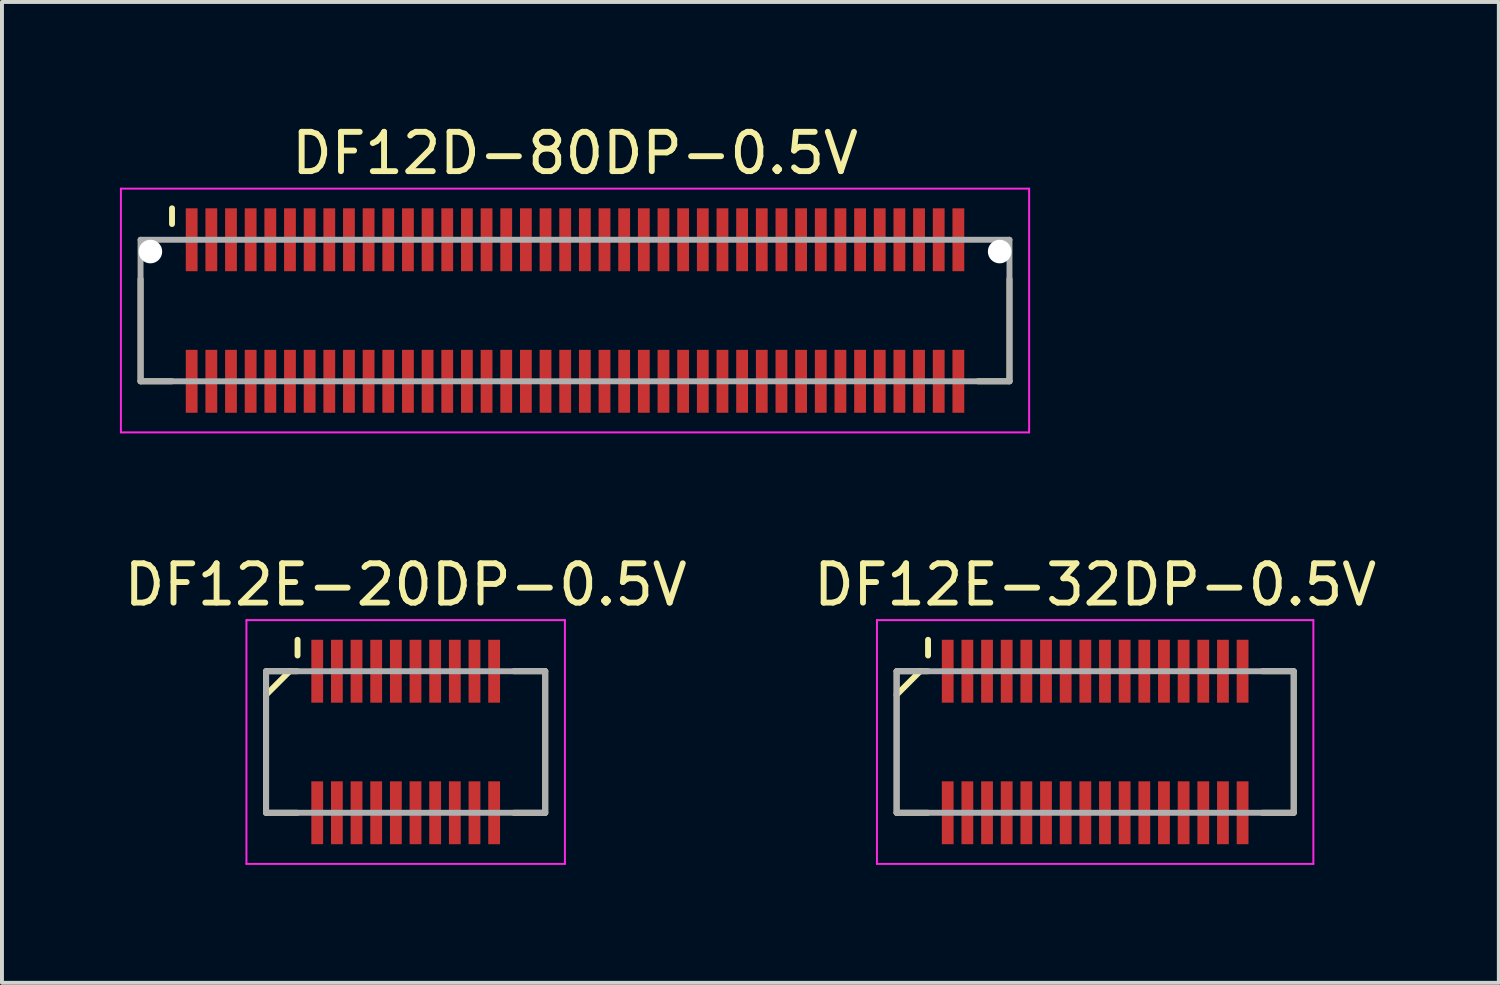
<source format=kicad_pcb>
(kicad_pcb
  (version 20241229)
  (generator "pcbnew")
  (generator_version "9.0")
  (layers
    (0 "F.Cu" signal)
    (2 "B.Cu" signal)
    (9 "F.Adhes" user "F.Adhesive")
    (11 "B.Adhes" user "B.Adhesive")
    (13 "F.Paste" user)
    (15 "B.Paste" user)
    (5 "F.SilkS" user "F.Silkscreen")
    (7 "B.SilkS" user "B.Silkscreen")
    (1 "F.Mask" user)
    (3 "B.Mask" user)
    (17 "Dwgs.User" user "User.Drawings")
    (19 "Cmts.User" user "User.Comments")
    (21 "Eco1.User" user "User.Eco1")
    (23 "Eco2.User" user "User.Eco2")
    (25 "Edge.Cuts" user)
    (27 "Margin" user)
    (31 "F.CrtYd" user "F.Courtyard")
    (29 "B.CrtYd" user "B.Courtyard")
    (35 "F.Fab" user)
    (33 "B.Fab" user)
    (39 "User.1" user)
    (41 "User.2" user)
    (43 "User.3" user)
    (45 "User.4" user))
  (footprint "DF12E-32DP-0.5V"
    (layer "F.Cu")
    (at 24.804 15.822)
    (property "Reference" "DF12E-32DP-0.5V" (at 0 -4 0) (layer "F.SilkS") (effects (font (size 1 1) (thickness 0.15))))
    (attr smd)
    (fp_line (start -5.05 -1.8) (end -5.05 1.8) (stroke (width 0.15) (type solid)) (layer "F.SilkS"))
    (fp_line (start -5.05 -1.8) (end -4.25 -1.8) (stroke (width 0.15) (type solid)) (layer "F.SilkS"))
    (fp_line (start -5.05 1.8) (end -4.25 1.8) (stroke (width 0.15) (type solid)) (layer "F.SilkS"))
    (fp_line (start -4.45 -1.8) (end -5.05 -1.2) (stroke (width 0.15) (type solid)) (layer "F.SilkS"))
    (fp_line (start -4.25 -2.6) (end -4.25 -2.2) (stroke (width 0.15) (type solid)) (layer "F.SilkS"))
    (fp_line (start 4.25 -1.8) (end 5.05 -1.8) (stroke (width 0.15) (type solid)) (layer "F.SilkS"))
    (fp_line (start 4.25 1.8) (end 5.05 1.8) (stroke (width 0.15) (type solid)) (layer "F.SilkS"))
    (fp_line (start 5.05 -1.8) (end 5.05 1.8) (stroke (width 0.15) (type solid)) (layer "F.SilkS"))
    (fp_line (start -5.55 -3.1) (end -5.55 3.1) (stroke (width 0.05) (type solid)) (layer "F.CrtYd"))
    (fp_line (start -5.55 -3.1) (end 5.55 -3.1) (stroke (width 0.05) (type solid)) (layer "F.CrtYd"))
    (fp_line (start -5.55 3.1) (end 5.55 3.1) (stroke (width 0.05) (type solid)) (layer "F.CrtYd"))
    (fp_line (start 5.55 -3.1) (end 5.55 3.1) (stroke (width 0.05) (type solid)) (layer "F.CrtYd"))
    (fp_line (start -5.05 -1.8) (end -5.05 1.8) (stroke (width 0.15) (type solid)) (layer "F.Fab"))
    (fp_line (start -5.05 -1.8) (end 5.05 -1.8) (stroke (width 0.15) (type solid)) (layer "F.Fab"))
    (fp_line (start -5.05 1.8) (end 5.05 1.8) (stroke (width 0.15) (type solid)) (layer "F.Fab"))
    (fp_line (start 5.05 -1.8) (end 5.05 1.8) (stroke (width 0.15) (type solid)) (layer "F.Fab"))
    (pad "1" smd rect (at -3.75 -1.8) (size 0.3 1.6) (layers "F.Cu" "F.Mask" "F.Paste"))
    (pad "2" smd rect (at -3.75 1.8) (size 0.3 1.6) (layers "F.Cu" "F.Mask" "F.Paste"))
    (pad "3" smd rect (at -3.25 -1.8) (size 0.3 1.6) (layers "F.Cu" "F.Mask" "F.Paste"))
    (pad "4" smd rect (at -3.25 1.8) (size 0.3 1.6) (layers "F.Cu" "F.Mask" "F.Paste"))
    (pad "5" smd rect (at -2.75 -1.8) (size 0.3 1.6) (layers "F.Cu" "F.Mask" "F.Paste"))
    (pad "6" smd rect (at -2.75 1.8) (size 0.3 1.6) (layers "F.Cu" "F.Mask" "F.Paste"))
    (pad "7" smd rect (at -2.25 -1.8) (size 0.3 1.6) (layers "F.Cu" "F.Mask" "F.Paste"))
    (pad "8" smd rect (at -2.25 1.8) (size 0.3 1.6) (layers "F.Cu" "F.Mask" "F.Paste"))
    (pad "9" smd rect (at -1.75 -1.8) (size 0.3 1.6) (layers "F.Cu" "F.Mask" "F.Paste"))
    (pad "10" smd rect (at -1.75 1.8) (size 0.3 1.6) (layers "F.Cu" "F.Mask" "F.Paste"))
    (pad "11" smd rect (at -1.25 -1.8) (size 0.3 1.6) (layers "F.Cu" "F.Mask" "F.Paste"))
    (pad "12" smd rect (at -1.25 1.8) (size 0.3 1.6) (layers "F.Cu" "F.Mask" "F.Paste"))
    (pad "13" smd rect (at -0.75 -1.8) (size 0.3 1.6) (layers "F.Cu" "F.Mask" "F.Paste"))
    (pad "14" smd rect (at -0.75 1.8) (size 0.3 1.6) (layers "F.Cu" "F.Mask" "F.Paste"))
    (pad "15" smd rect (at -0.25 -1.8) (size 0.3 1.6) (layers "F.Cu" "F.Mask" "F.Paste"))
    (pad "16" smd rect (at -0.25 1.8) (size 0.3 1.6) (layers "F.Cu" "F.Mask" "F.Paste"))
    (pad "17" smd rect (at 0.25 -1.8) (size 0.3 1.6) (layers "F.Cu" "F.Mask" "F.Paste"))
    (pad "18" smd rect (at 0.25 1.8) (size 0.3 1.6) (layers "F.Cu" "F.Mask" "F.Paste"))
    (pad "19" smd rect (at 0.75 -1.8) (size 0.3 1.6) (layers "F.Cu" "F.Mask" "F.Paste"))
    (pad "20" smd rect (at 0.75 1.8) (size 0.3 1.6) (layers "F.Cu" "F.Mask" "F.Paste"))
    (pad "21" smd rect (at 1.25 -1.8) (size 0.3 1.6) (layers "F.Cu" "F.Mask" "F.Paste"))
    (pad "22" smd rect (at 1.25 1.8) (size 0.3 1.6) (layers "F.Cu" "F.Mask" "F.Paste"))
    (pad "23" smd rect (at 1.75 -1.8) (size 0.3 1.6) (layers "F.Cu" "F.Mask" "F.Paste"))
    (pad "24" smd rect (at 1.75 1.8) (size 0.3 1.6) (layers "F.Cu" "F.Mask" "F.Paste"))
    (pad "25" smd rect (at 2.25 -1.8) (size 0.3 1.6) (layers "F.Cu" "F.Mask" "F.Paste"))
    (pad "26" smd rect (at 2.25 1.8) (size 0.3 1.6) (layers "F.Cu" "F.Mask" "F.Paste"))
    (pad "27" smd rect (at 2.75 -1.8) (size 0.3 1.6) (layers "F.Cu" "F.Mask" "F.Paste"))
    (pad "28" smd rect (at 2.75 1.8) (size 0.3 1.6) (layers "F.Cu" "F.Mask" "F.Paste"))
    (pad "29" smd rect (at 3.25 -1.8) (size 0.3 1.6) (layers "F.Cu" "F.Mask" "F.Paste"))
    (pad "30" smd rect (at 3.25 1.8) (size 0.3 1.6) (layers "F.Cu" "F.Mask" "F.Paste"))
    (pad "31" smd rect (at 3.75 -1.8) (size 0.3 1.6) (layers "F.Cu" "F.Mask" "F.Paste"))
    (pad "32" smd rect (at 3.75 1.8) (size 0.3 1.6) (layers "F.Cu" "F.Mask" "F.Paste")))
  (footprint "DF12D-80DP-0.5V"
    (layer "F.Cu")
    (at 11.575 4.848)
    (property "Reference" "DF12D-80DP-0.5V" (at 0 -4 0) (layer "F.SilkS") (effects (font (size 1 1) (thickness 0.15))))
    (attr smd)
    (fp_line (start -11.05 -0.8) (end -11.05 1.8) (stroke (width 0.15) (type solid)) (layer "F.SilkS"))
    (fp_line (start -11.05 1.8) (end -10.25 1.8) (stroke (width 0.15) (type solid)) (layer "F.SilkS"))
    (fp_line (start -10.25 -2.6) (end -10.25 -2.2) (stroke (width 0.15) (type solid)) (layer "F.SilkS"))
    (fp_line (start 10.25 1.8) (end 11.05 1.8) (stroke (width 0.15) (type solid)) (layer "F.SilkS"))
    (fp_line (start 11.05 -0.8) (end 11.05 1.8) (stroke (width 0.15) (type solid)) (layer "F.SilkS"))
    (fp_line (start -11.55 -3.1) (end -11.55 3.1) (stroke (width 0.05) (type solid)) (layer "F.CrtYd"))
    (fp_line (start -11.55 -3.1) (end 11.55 -3.1) (stroke (width 0.05) (type solid)) (layer "F.CrtYd"))
    (fp_line (start -11.55 3.1) (end 11.55 3.1) (stroke (width 0.05) (type solid)) (layer "F.CrtYd"))
    (fp_line (start 11.55 -3.1) (end 11.55 3.1) (stroke (width 0.05) (type solid)) (layer "F.CrtYd"))
    (fp_line (start -11.05 -1.8) (end -11.05 1.8) (stroke (width 0.15) (type solid)) (layer "F.Fab"))
    (fp_line (start -11.05 -1.8) (end 11.05 -1.8) (stroke (width 0.15) (type solid)) (layer "F.Fab"))
    (fp_line (start -11.05 1.8) (end 11.05 1.8) (stroke (width 0.15) (type solid)) (layer "F.Fab"))
    (fp_line (start 11.05 -1.8) (end 11.05 1.8) (stroke (width 0.15) (type solid)) (layer "F.Fab"))
    (pad "" np_thru_hole circle (at -10.8 -1.5) (size 0.6 0.6) (drill 0.6) (layers "*.Cu" "*.Mask"))
    (pad "" np_thru_hole circle (at 10.8 -1.5) (size 0.6 0.6) (drill 0.6) (layers "*.Cu" "*.Mask"))
    (pad "1" smd rect (at -9.75 -1.8) (size 0.3 1.6) (layers "F.Cu" "F.Mask" "F.Paste"))
    (pad "2" smd rect (at -9.75 1.8) (size 0.3 1.6) (layers "F.Cu" "F.Mask" "F.Paste"))
    (pad "3" smd rect (at -9.25 -1.8) (size 0.3 1.6) (layers "F.Cu" "F.Mask" "F.Paste"))
    (pad "4" smd rect (at -9.25 1.8) (size 0.3 1.6) (layers "F.Cu" "F.Mask" "F.Paste"))
    (pad "5" smd rect (at -8.75 -1.8) (size 0.3 1.6) (layers "F.Cu" "F.Mask" "F.Paste"))
    (pad "6" smd rect (at -8.75 1.8) (size 0.3 1.6) (layers "F.Cu" "F.Mask" "F.Paste"))
    (pad "7" smd rect (at -8.25 -1.8) (size 0.3 1.6) (layers "F.Cu" "F.Mask" "F.Paste"))
    (pad "8" smd rect (at -8.25 1.8) (size 0.3 1.6) (layers "F.Cu" "F.Mask" "F.Paste"))
    (pad "9" smd rect (at -7.75 -1.8) (size 0.3 1.6) (layers "F.Cu" "F.Mask" "F.Paste"))
    (pad "10" smd rect (at -7.75 1.8) (size 0.3 1.6) (layers "F.Cu" "F.Mask" "F.Paste"))
    (pad "11" smd rect (at -7.25 -1.8) (size 0.3 1.6) (layers "F.Cu" "F.Mask" "F.Paste"))
    (pad "12" smd rect (at -7.25 1.8) (size 0.3 1.6) (layers "F.Cu" "F.Mask" "F.Paste"))
    (pad "13" smd rect (at -6.75 -1.8) (size 0.3 1.6) (layers "F.Cu" "F.Mask" "F.Paste"))
    (pad "14" smd rect (at -6.75 1.8) (size 0.3 1.6) (layers "F.Cu" "F.Mask" "F.Paste"))
    (pad "15" smd rect (at -6.25 -1.8) (size 0.3 1.6) (layers "F.Cu" "F.Mask" "F.Paste"))
    (pad "16" smd rect (at -6.25 1.8) (size 0.3 1.6) (layers "F.Cu" "F.Mask" "F.Paste"))
    (pad "17" smd rect (at -5.75 -1.8) (size 0.3 1.6) (layers "F.Cu" "F.Mask" "F.Paste"))
    (pad "18" smd rect (at -5.75 1.8) (size 0.3 1.6) (layers "F.Cu" "F.Mask" "F.Paste"))
    (pad "19" smd rect (at -5.25 -1.8) (size 0.3 1.6) (layers "F.Cu" "F.Mask" "F.Paste"))
    (pad "20" smd rect (at -5.25 1.8) (size 0.3 1.6) (layers "F.Cu" "F.Mask" "F.Paste"))
    (pad "21" smd rect (at -4.75 -1.8) (size 0.3 1.6) (layers "F.Cu" "F.Mask" "F.Paste"))
    (pad "22" smd rect (at -4.75 1.8) (size 0.3 1.6) (layers "F.Cu" "F.Mask" "F.Paste"))
    (pad "23" smd rect (at -4.25 -1.8) (size 0.3 1.6) (layers "F.Cu" "F.Mask" "F.Paste"))
    (pad "24" smd rect (at -4.25 1.8) (size 0.3 1.6) (layers "F.Cu" "F.Mask" "F.Paste"))
    (pad "25" smd rect (at -3.75 -1.8) (size 0.3 1.6) (layers "F.Cu" "F.Mask" "F.Paste"))
    (pad "26" smd rect (at -3.75 1.8) (size 0.3 1.6) (layers "F.Cu" "F.Mask" "F.Paste"))
    (pad "27" smd rect (at -3.25 -1.8) (size 0.3 1.6) (layers "F.Cu" "F.Mask" "F.Paste"))
    (pad "28" smd rect (at -3.25 1.8) (size 0.3 1.6) (layers "F.Cu" "F.Mask" "F.Paste"))
    (pad "29" smd rect (at -2.75 -1.8) (size 0.3 1.6) (layers "F.Cu" "F.Mask" "F.Paste"))
    (pad "30" smd rect (at -2.75 1.8) (size 0.3 1.6) (layers "F.Cu" "F.Mask" "F.Paste"))
    (pad "31" smd rect (at -2.25 -1.8) (size 0.3 1.6) (layers "F.Cu" "F.Mask" "F.Paste"))
    (pad "32" smd rect (at -2.25 1.8) (size 0.3 1.6) (layers "F.Cu" "F.Mask" "F.Paste"))
    (pad "33" smd rect (at -1.75 -1.8) (size 0.3 1.6) (layers "F.Cu" "F.Mask" "F.Paste"))
    (pad "34" smd rect (at -1.75 1.8) (size 0.3 1.6) (layers "F.Cu" "F.Mask" "F.Paste"))
    (pad "35" smd rect (at -1.25 -1.8) (size 0.3 1.6) (layers "F.Cu" "F.Mask" "F.Paste"))
    (pad "36" smd rect (at -1.25 1.8) (size 0.3 1.6) (layers "F.Cu" "F.Mask" "F.Paste"))
    (pad "37" smd rect (at -0.75 -1.8) (size 0.3 1.6) (layers "F.Cu" "F.Mask" "F.Paste"))
    (pad "38" smd rect (at -0.75 1.8) (size 0.3 1.6) (layers "F.Cu" "F.Mask" "F.Paste"))
    (pad "39" smd rect (at -0.25 -1.8) (size 0.3 1.6) (layers "F.Cu" "F.Mask" "F.Paste"))
    (pad "40" smd rect (at -0.25 1.8) (size 0.3 1.6) (layers "F.Cu" "F.Mask" "F.Paste"))
    (pad "41" smd rect (at 0.25 -1.8) (size 0.3 1.6) (layers "F.Cu" "F.Mask" "F.Paste"))
    (pad "42" smd rect (at 0.25 1.8) (size 0.3 1.6) (layers "F.Cu" "F.Mask" "F.Paste"))
    (pad "43" smd rect (at 0.75 -1.8) (size 0.3 1.6) (layers "F.Cu" "F.Mask" "F.Paste"))
    (pad "44" smd rect (at 0.75 1.8) (size 0.3 1.6) (layers "F.Cu" "F.Mask" "F.Paste"))
    (pad "45" smd rect (at 1.25 -1.8) (size 0.3 1.6) (layers "F.Cu" "F.Mask" "F.Paste"))
    (pad "46" smd rect (at 1.25 1.8) (size 0.3 1.6) (layers "F.Cu" "F.Mask" "F.Paste"))
    (pad "47" smd rect (at 1.75 -1.8) (size 0.3 1.6) (layers "F.Cu" "F.Mask" "F.Paste"))
    (pad "48" smd rect (at 1.75 1.8) (size 0.3 1.6) (layers "F.Cu" "F.Mask" "F.Paste"))
    (pad "49" smd rect (at 2.25 -1.8) (size 0.3 1.6) (layers "F.Cu" "F.Mask" "F.Paste"))
    (pad "50" smd rect (at 2.25 1.8) (size 0.3 1.6) (layers "F.Cu" "F.Mask" "F.Paste"))
    (pad "51" smd rect (at 2.75 -1.8) (size 0.3 1.6) (layers "F.Cu" "F.Mask" "F.Paste"))
    (pad "52" smd rect (at 2.75 1.8) (size 0.3 1.6) (layers "F.Cu" "F.Mask" "F.Paste"))
    (pad "53" smd rect (at 3.25 -1.8) (size 0.3 1.6) (layers "F.Cu" "F.Mask" "F.Paste"))
    (pad "54" smd rect (at 3.25 1.8) (size 0.3 1.6) (layers "F.Cu" "F.Mask" "F.Paste"))
    (pad "55" smd rect (at 3.75 -1.8) (size 0.3 1.6) (layers "F.Cu" "F.Mask" "F.Paste"))
    (pad "56" smd rect (at 3.75 1.8) (size 0.3 1.6) (layers "F.Cu" "F.Mask" "F.Paste"))
    (pad "57" smd rect (at 4.25 -1.8) (size 0.3 1.6) (layers "F.Cu" "F.Mask" "F.Paste"))
    (pad "58" smd rect (at 4.25 1.8) (size 0.3 1.6) (layers "F.Cu" "F.Mask" "F.Paste"))
    (pad "59" smd rect (at 4.75 -1.8) (size 0.3 1.6) (layers "F.Cu" "F.Mask" "F.Paste"))
    (pad "60" smd rect (at 4.75 1.8) (size 0.3 1.6) (layers "F.Cu" "F.Mask" "F.Paste"))
    (pad "61" smd rect (at 5.25 -1.8) (size 0.3 1.6) (layers "F.Cu" "F.Mask" "F.Paste"))
    (pad "62" smd rect (at 5.25 1.8) (size 0.3 1.6) (layers "F.Cu" "F.Mask" "F.Paste"))
    (pad "63" smd rect (at 5.75 -1.8) (size 0.3 1.6) (layers "F.Cu" "F.Mask" "F.Paste"))
    (pad "64" smd rect (at 5.75 1.8) (size 0.3 1.6) (layers "F.Cu" "F.Mask" "F.Paste"))
    (pad "65" smd rect (at 6.25 -1.8) (size 0.3 1.6) (layers "F.Cu" "F.Mask" "F.Paste"))
    (pad "66" smd rect (at 6.25 1.8) (size 0.3 1.6) (layers "F.Cu" "F.Mask" "F.Paste"))
    (pad "67" smd rect (at 6.75 -1.8) (size 0.3 1.6) (layers "F.Cu" "F.Mask" "F.Paste"))
    (pad "68" smd rect (at 6.75 1.8) (size 0.3 1.6) (layers "F.Cu" "F.Mask" "F.Paste"))
    (pad "69" smd rect (at 7.25 -1.8) (size 0.3 1.6) (layers "F.Cu" "F.Mask" "F.Paste"))
    (pad "70" smd rect (at 7.25 1.8) (size 0.3 1.6) (layers "F.Cu" "F.Mask" "F.Paste"))
    (pad "71" smd rect (at 7.75 -1.8) (size 0.3 1.6) (layers "F.Cu" "F.Mask" "F.Paste"))
    (pad "72" smd rect (at 7.75 1.8) (size 0.3 1.6) (layers "F.Cu" "F.Mask" "F.Paste"))
    (pad "73" smd rect (at 8.25 -1.8) (size 0.3 1.6) (layers "F.Cu" "F.Mask" "F.Paste"))
    (pad "74" smd rect (at 8.25 1.8) (size 0.3 1.6) (layers "F.Cu" "F.Mask" "F.Paste"))
    (pad "75" smd rect (at 8.75 -1.8) (size 0.3 1.6) (layers "F.Cu" "F.Mask" "F.Paste"))
    (pad "76" smd rect (at 8.75 1.8) (size 0.3 1.6) (layers "F.Cu" "F.Mask" "F.Paste"))
    (pad "77" smd rect (at 9.25 -1.8) (size 0.3 1.6) (layers "F.Cu" "F.Mask" "F.Paste"))
    (pad "78" smd rect (at 9.25 1.8) (size 0.3 1.6) (layers "F.Cu" "F.Mask" "F.Paste"))
    (pad "79" smd rect (at 9.75 -1.8) (size 0.3 1.6) (layers "F.Cu" "F.Mask" "F.Paste"))
    (pad "80" smd rect (at 9.75 1.8) (size 0.3 1.6) (layers "F.Cu" "F.Mask" "F.Paste")))
  (footprint "DF12E-20DP-0.5V"
    (layer "F.Cu")
    (at 7.268 15.822)
    (property "Reference" "DF12E-20DP-0.5V" (at 0 -4 0) (layer "F.SilkS") (effects (font (size 1 1) (thickness 0.15))))
    (attr smd)
    (fp_line (start -3.55 -1.8) (end -3.55 1.8) (stroke (width 0.15) (type solid)) (layer "F.SilkS"))
    (fp_line (start -3.55 -1.8) (end -2.75 -1.8) (stroke (width 0.15) (type solid)) (layer "F.SilkS"))
    (fp_line (start -3.55 1.8) (end -2.75 1.8) (stroke (width 0.15) (type solid)) (layer "F.SilkS"))
    (fp_line (start -2.95 -1.8) (end -3.55 -1.2) (stroke (width 0.15) (type solid)) (layer "F.SilkS"))
    (fp_line (start -2.75 -2.6) (end -2.75 -2.2) (stroke (width 0.15) (type solid)) (layer "F.SilkS"))
    (fp_line (start 2.75 -1.8) (end 3.55 -1.8) (stroke (width 0.15) (type solid)) (layer "F.SilkS"))
    (fp_line (start 2.75 1.8) (end 3.55 1.8) (stroke (width 0.15) (type solid)) (layer "F.SilkS"))
    (fp_line (start 3.55 -1.8) (end 3.55 1.8) (stroke (width 0.15) (type solid)) (layer "F.SilkS"))
    (fp_line (start -4.05 -3.1) (end -4.05 3.1) (stroke (width 0.05) (type solid)) (layer "F.CrtYd"))
    (fp_line (start -4.05 -3.1) (end 4.05 -3.1) (stroke (width 0.05) (type solid)) (layer "F.CrtYd"))
    (fp_line (start -4.05 3.1) (end 4.05 3.1) (stroke (width 0.05) (type solid)) (layer "F.CrtYd"))
    (fp_line (start 4.05 -3.1) (end 4.05 3.1) (stroke (width 0.05) (type solid)) (layer "F.CrtYd"))
    (fp_line (start -3.55 -1.8) (end -3.55 1.8) (stroke (width 0.15) (type solid)) (layer "F.Fab"))
    (fp_line (start -3.55 -1.8) (end 3.55 -1.8) (stroke (width 0.15) (type solid)) (layer "F.Fab"))
    (fp_line (start -3.55 1.8) (end 3.55 1.8) (stroke (width 0.15) (type solid)) (layer "F.Fab"))
    (fp_line (start 3.55 -1.8) (end 3.55 1.8) (stroke (width 0.15) (type solid)) (layer "F.Fab"))
    (pad "1" smd rect (at -2.25 -1.8) (size 0.3 1.6) (layers "F.Cu" "F.Mask" "F.Paste"))
    (pad "2" smd rect (at -2.25 1.8) (size 0.3 1.6) (layers "F.Cu" "F.Mask" "F.Paste"))
    (pad "3" smd rect (at -1.75 -1.8) (size 0.3 1.6) (layers "F.Cu" "F.Mask" "F.Paste"))
    (pad "4" smd rect (at -1.75 1.8) (size 0.3 1.6) (layers "F.Cu" "F.Mask" "F.Paste"))
    (pad "5" smd rect (at -1.25 -1.8) (size 0.3 1.6) (layers "F.Cu" "F.Mask" "F.Paste"))
    (pad "6" smd rect (at -1.25 1.8) (size 0.3 1.6) (layers "F.Cu" "F.Mask" "F.Paste"))
    (pad "7" smd rect (at -0.75 -1.8) (size 0.3 1.6) (layers "F.Cu" "F.Mask" "F.Paste"))
    (pad "8" smd rect (at -0.75 1.8) (size 0.3 1.6) (layers "F.Cu" "F.Mask" "F.Paste"))
    (pad "9" smd rect (at -0.25 -1.8) (size 0.3 1.6) (layers "F.Cu" "F.Mask" "F.Paste"))
    (pad "10" smd rect (at -0.25 1.8) (size 0.3 1.6) (layers "F.Cu" "F.Mask" "F.Paste"))
    (pad "11" smd rect (at 0.25 -1.8) (size 0.3 1.6) (layers "F.Cu" "F.Mask" "F.Paste"))
    (pad "12" smd rect (at 0.25 1.8) (size 0.3 1.6) (layers "F.Cu" "F.Mask" "F.Paste"))
    (pad "13" smd rect (at 0.75 -1.8) (size 0.3 1.6) (layers "F.Cu" "F.Mask" "F.Paste"))
    (pad "14" smd rect (at 0.75 1.8) (size 0.3 1.6) (layers "F.Cu" "F.Mask" "F.Paste"))
    (pad "15" smd rect (at 1.25 -1.8) (size 0.3 1.6) (layers "F.Cu" "F.Mask" "F.Paste"))
    (pad "16" smd rect (at 1.25 1.8) (size 0.3 1.6) (layers "F.Cu" "F.Mask" "F.Paste"))
    (pad "17" smd rect (at 1.75 -1.8) (size 0.3 1.6) (layers "F.Cu" "F.Mask" "F.Paste"))
    (pad "18" smd rect (at 1.75 1.8) (size 0.3 1.6) (layers "F.Cu" "F.Mask" "F.Paste"))
    (pad "19" smd rect (at 2.25 -1.8) (size 0.3 1.6) (layers "F.Cu" "F.Mask" "F.Paste"))
    (pad "20" smd rect (at 2.25 1.8) (size 0.3 1.6) (layers "F.Cu" "F.Mask" "F.Paste")))
  (gr_rect
    (start -3 -3)
    (end 35.071 21.947)
    (stroke (width 0.1) (type default))
    (fill no)
    (layer "Edge.Cuts")))
</source>
